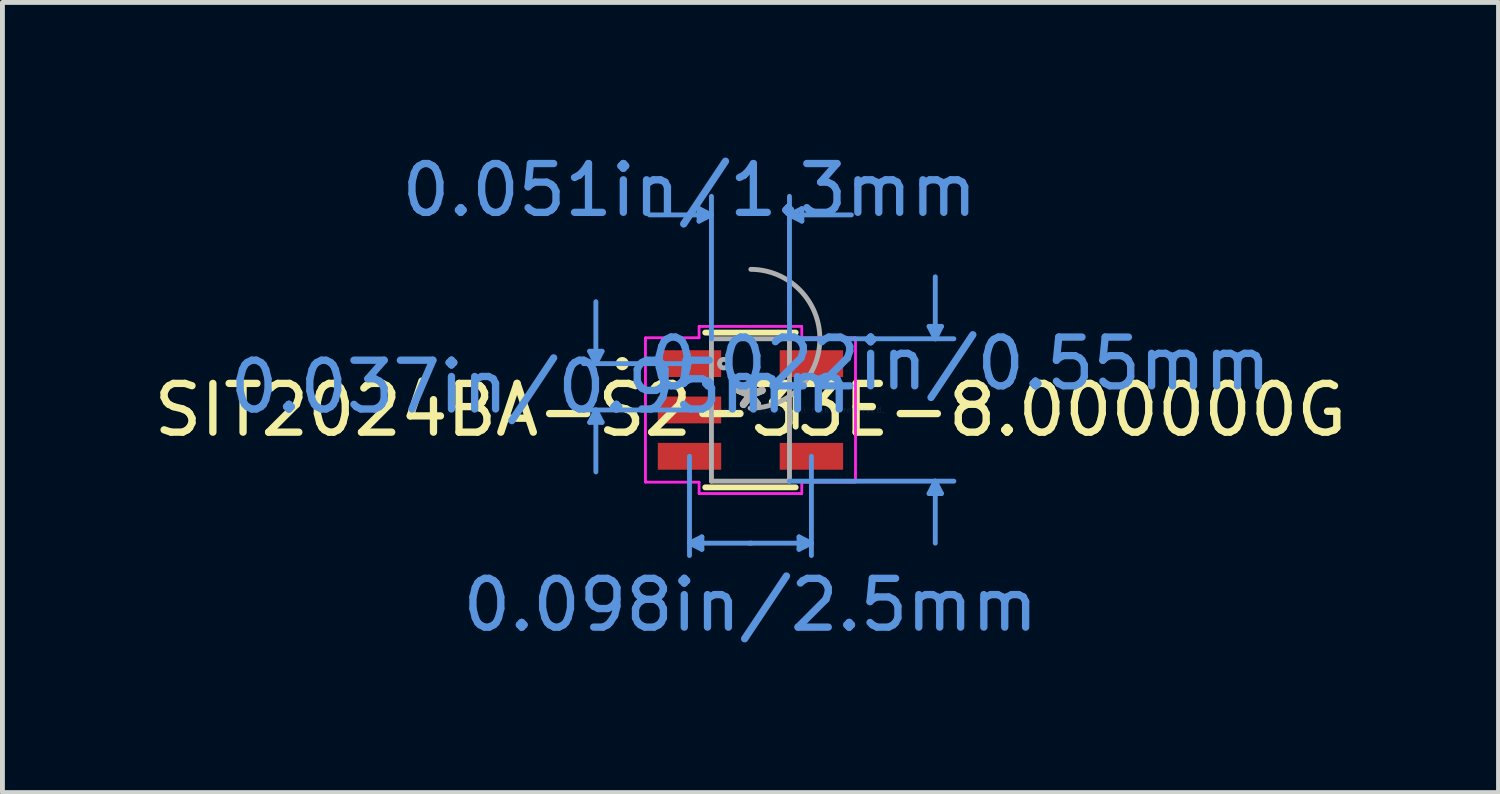
<source format=kicad_pcb>
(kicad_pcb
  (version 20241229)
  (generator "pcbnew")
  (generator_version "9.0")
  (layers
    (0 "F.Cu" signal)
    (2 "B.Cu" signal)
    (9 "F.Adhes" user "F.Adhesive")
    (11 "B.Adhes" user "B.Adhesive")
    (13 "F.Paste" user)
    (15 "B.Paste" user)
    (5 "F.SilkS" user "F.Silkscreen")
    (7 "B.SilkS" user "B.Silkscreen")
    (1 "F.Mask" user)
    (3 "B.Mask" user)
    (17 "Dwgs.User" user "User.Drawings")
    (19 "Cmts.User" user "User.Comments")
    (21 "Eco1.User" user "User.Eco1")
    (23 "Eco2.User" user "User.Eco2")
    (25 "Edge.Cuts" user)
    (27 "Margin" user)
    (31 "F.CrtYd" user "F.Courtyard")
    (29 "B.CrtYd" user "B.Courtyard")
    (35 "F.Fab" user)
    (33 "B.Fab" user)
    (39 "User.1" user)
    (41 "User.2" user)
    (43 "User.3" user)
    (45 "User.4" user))
  (footprint "SIT2024BA-S2-33E-8.000000G"
    (layer "F.Cu")
    (at 12.339 5.357)
    (property "Reference" "SIT2024BA-S2-33E-8.000000G" (at 0 0 0) (layer "F.SilkS") (effects (font (size 1 1) (thickness 0.15))))
    (attr through_hole)
    (fp_line (start -0.927 1.587) (end 0.927 1.587) (stroke (width 0.12) (type solid)) (layer "F.SilkS"))
    (fp_line (start 0.927 -1.587) (end -0.927 -1.587) (stroke (width 0.12) (type solid)) (layer "F.SilkS"))
    (fp_line (start 0.927 0.342) (end 0.927 -0.342) (stroke (width 0.12) (type solid)) (layer "F.SilkS"))
    (fp_circle (center -2.629 -0.95) (end -2.553 -0.95) (stroke (width 0.12) (type solid)) (fill no) (layer "F.SilkS"))
    (fp_line (start -3.297 -1.204) (end -3.17 -0.95) (stroke (width 0.1) (type solid)) (layer "Cmts.User"))
    (fp_line (start -3.297 0.254) (end -3.17 0) (stroke (width 0.1) (type solid)) (layer "Cmts.User"))
    (fp_line (start -3.17 -0.95) (end -3.17 -2.22) (stroke (width 0.1) (type solid)) (layer "Cmts.User"))
    (fp_line (start -3.17 -0.95) (end -3.043 -1.204) (stroke (width 0.1) (type solid)) (layer "Cmts.User"))
    (fp_line (start -3.17 0) (end -3.17 1.27) (stroke (width 0.1) (type solid)) (layer "Cmts.User"))
    (fp_line (start -3.17 0) (end -3.043 0.254) (stroke (width 0.1) (type solid)) (layer "Cmts.User"))
    (fp_line (start -3.043 -1.204) (end -3.297 -1.204) (stroke (width 0.1) (type solid)) (layer "Cmts.User"))
    (fp_line (start -3.043 0.254) (end -3.297 0.254) (stroke (width 0.1) (type solid)) (layer "Cmts.User"))
    (fp_line (start -1.25 -0.95) (end -3.424 -0.95) (stroke (width 0.1) (type solid)) (layer "Cmts.User"))
    (fp_line (start -1.25 0) (end -3.424 0) (stroke (width 0.1) (type solid)) (layer "Cmts.User"))
    (fp_line (start -1.25 0.95) (end -1.25 2.985) (stroke (width 0.1) (type solid)) (layer "Cmts.User"))
    (fp_line (start -1.25 2.731) (end -0.996 2.857) (stroke (width 0.1) (type solid)) (layer "Cmts.User"))
    (fp_line (start -1.25 2.731) (end 0.02 2.731) (stroke (width 0.1) (type solid)) (layer "Cmts.User"))
    (fp_line (start -1.054 -4.128) (end -1.054 -3.873) (stroke (width 0.1) (type solid)) (layer "Cmts.User"))
    (fp_line (start -0.996 2.603) (end -1.25 2.731) (stroke (width 0.1) (type solid)) (layer "Cmts.User"))
    (fp_line (start -0.996 2.857) (end -0.996 2.603) (stroke (width 0.1) (type solid)) (layer "Cmts.User"))
    (fp_line (start -0.8 -4) (end -2.07 -4) (stroke (width 0.1) (type solid)) (layer "Cmts.User"))
    (fp_line (start -0.8 -4) (end -1.054 -4.128) (stroke (width 0.1) (type solid)) (layer "Cmts.User"))
    (fp_line (start -0.8 -4) (end -1.054 -3.873) (stroke (width 0.1) (type solid)) (layer "Cmts.User"))
    (fp_line (start -0.8 -1.46) (end -0.8 -4.381) (stroke (width 0.1) (type solid)) (layer "Cmts.User"))
    (fp_line (start 0.8 -4) (end 1.054 -4.128) (stroke (width 0.1) (type solid)) (layer "Cmts.User"))
    (fp_line (start 0.8 -4) (end 1.054 -3.873) (stroke (width 0.1) (type solid)) (layer "Cmts.User"))
    (fp_line (start 0.8 -4) (end 2.07 -4) (stroke (width 0.1) (type solid)) (layer "Cmts.User"))
    (fp_line (start 0.8 -1.46) (end 0.8 -4.381) (stroke (width 0.1) (type solid)) (layer "Cmts.User"))
    (fp_line (start 0.8 -1.46) (end 4.171 -1.46) (stroke (width 0.1) (type solid)) (layer "Cmts.User"))
    (fp_line (start 0.8 1.46) (end 4.171 1.46) (stroke (width 0.1) (type solid)) (layer "Cmts.User"))
    (fp_line (start 0.996 2.603) (end 1.25 2.731) (stroke (width 0.1) (type solid)) (layer "Cmts.User"))
    (fp_line (start 0.996 2.857) (end 0.996 2.603) (stroke (width 0.1) (type solid)) (layer "Cmts.User"))
    (fp_line (start 1.054 -4.128) (end 1.054 -3.873) (stroke (width 0.1) (type solid)) (layer "Cmts.User"))
    (fp_line (start 1.25 0.95) (end 1.25 2.985) (stroke (width 0.1) (type solid)) (layer "Cmts.User"))
    (fp_line (start 1.25 2.731) (end -0.02 2.731) (stroke (width 0.1) (type solid)) (layer "Cmts.User"))
    (fp_line (start 1.25 2.731) (end 0.996 2.857) (stroke (width 0.1) (type solid)) (layer "Cmts.User"))
    (fp_line (start 3.663 -1.714) (end 3.917 -1.714) (stroke (width 0.1) (type solid)) (layer "Cmts.User"))
    (fp_line (start 3.663 1.714) (end 3.917 1.714) (stroke (width 0.1) (type solid)) (layer "Cmts.User"))
    (fp_line (start 3.79 -1.46) (end 3.663 -1.714) (stroke (width 0.1) (type solid)) (layer "Cmts.User"))
    (fp_line (start 3.79 -1.46) (end 3.79 -2.731) (stroke (width 0.1) (type solid)) (layer "Cmts.User"))
    (fp_line (start 3.79 -1.46) (end 3.917 -1.714) (stroke (width 0.1) (type solid)) (layer "Cmts.User"))
    (fp_line (start 3.79 1.46) (end 3.663 1.714) (stroke (width 0.1) (type solid)) (layer "Cmts.User"))
    (fp_line (start 3.79 1.46) (end 3.79 2.731) (stroke (width 0.1) (type solid)) (layer "Cmts.User"))
    (fp_line (start 3.79 1.46) (end 3.917 1.714) (stroke (width 0.1) (type solid)) (layer "Cmts.User"))
    (fp_line (start -2.154 -1.479) (end -1.054 -1.479) (stroke (width 0.05) (type solid)) (layer "F.CrtYd"))
    (fp_line (start -2.154 -1.479) (end -1.054 -1.479) (stroke (width 0.05) (type solid)) (layer "F.CrtYd"))
    (fp_line (start -2.154 1.479) (end -2.154 -1.479) (stroke (width 0.05) (type solid)) (layer "F.CrtYd"))
    (fp_line (start -2.154 1.479) (end -2.154 -1.479) (stroke (width 0.05) (type solid)) (layer "F.CrtYd"))
    (fp_line (start -2.154 1.479) (end -1.054 1.479) (stroke (width 0.05) (type solid)) (layer "F.CrtYd"))
    (fp_line (start -1.054 -1.714) (end 1.054 -1.714) (stroke (width 0.05) (type solid)) (layer "F.CrtYd"))
    (fp_line (start -1.054 -1.714) (end 1.054 -1.714) (stroke (width 0.05) (type solid)) (layer "F.CrtYd"))
    (fp_line (start -1.054 -1.479) (end -1.054 -1.714) (stroke (width 0.05) (type solid)) (layer "F.CrtYd"))
    (fp_line (start -1.054 -1.479) (end -1.054 -1.714) (stroke (width 0.05) (type solid)) (layer "F.CrtYd"))
    (fp_line (start -1.054 1.479) (end -2.154 1.479) (stroke (width 0.05) (type solid)) (layer "F.CrtYd"))
    (fp_line (start -1.054 1.714) (end -1.054 1.479) (stroke (width 0.05) (type solid)) (layer "F.CrtYd"))
    (fp_line (start -1.054 1.714) (end -1.054 1.479) (stroke (width 0.05) (type solid)) (layer "F.CrtYd"))
    (fp_line (start 1.054 -1.714) (end 1.054 -1.479) (stroke (width 0.05) (type solid)) (layer "F.CrtYd"))
    (fp_line (start 1.054 -1.714) (end 1.054 -1.479) (stroke (width 0.05) (type solid)) (layer "F.CrtYd"))
    (fp_line (start 1.054 -1.479) (end 2.154 -1.479) (stroke (width 0.05) (type solid)) (layer "F.CrtYd"))
    (fp_line (start 1.054 1.479) (end 1.054 1.714) (stroke (width 0.05) (type solid)) (layer "F.CrtYd"))
    (fp_line (start 1.054 1.479) (end 1.054 1.714) (stroke (width 0.05) (type solid)) (layer "F.CrtYd"))
    (fp_line (start 1.054 1.714) (end -1.054 1.714) (stroke (width 0.05) (type solid)) (layer "F.CrtYd"))
    (fp_line (start 1.054 1.714) (end -1.054 1.714) (stroke (width 0.05) (type solid)) (layer "F.CrtYd"))
    (fp_line (start 2.154 -1.479) (end 1.054 -1.479) (stroke (width 0.05) (type solid)) (layer "F.CrtYd"))
    (fp_line (start 2.154 -1.479) (end 2.154 1.479) (stroke (width 0.05) (type solid)) (layer "F.CrtYd"))
    (fp_line (start 2.154 -1.479) (end 2.154 1.479) (stroke (width 0.05) (type solid)) (layer "F.CrtYd"))
    (fp_line (start 2.154 1.479) (end 1.054 1.479) (stroke (width 0.05) (type solid)) (layer "F.CrtYd"))
    (fp_line (start 2.154 1.479) (end 1.054 1.479) (stroke (width 0.05) (type solid)) (layer "F.CrtYd"))
    (fp_line (start -0.8 -1.46) (end -0.8 1.46) (stroke (width 0.1) (type solid)) (layer "F.Fab"))
    (fp_line (start -0.8 1.46) (end 0.8 1.46) (stroke (width 0.1) (type solid)) (layer "F.Fab"))
    (fp_line (start 0.8 -1.46) (end -0.8 -1.46) (stroke (width 0.1) (type solid)) (layer "F.Fab"))
    (fp_line (start 0.8 1.46) (end 0.8 -1.46) (stroke (width 0.1) (type solid)) (layer "F.Fab"))
    (fp_arc (start 0.007742 -2.883903) (mid 1.423403 -1.452758) (end -0.007742 -0.037097) (stroke (width 0.1) (type solid)) (layer "F.Fab"))
    (fp_circle (center -0.546 -0.95) (end -0.508 -0.95) (stroke (width 0.1) (type solid)) (fill no) (layer "F.Fab"))
    (fp_text user "*" (at 0 0 0) (layer "F.SilkS") (effects (font (size 1 1) (thickness 0.15))))
    (fp_text user "Copyright 2021 Accelerated Designs. All rights reserved." (at 0 0 0) (layer "Cmts.User") (effects (font (size 0.127 0.127) (thickness 0.002))))
    (fp_text user "0.022in/0.55mm" (at 4.298 -0.95 0) (layer "Cmts.User") (effects (font (size 1 1) (thickness 0.15))))
    (fp_text user "0.037in/0.95mm" (at -4.298 -0.475 0) (layer "Cmts.User") (effects (font (size 1 1) (thickness 0.15))))
    (fp_text user "0.098in/2.5mm" (at 0 3.998 0) (layer "Cmts.User") (effects (font (size 1 1) (thickness 0.15))))
    (fp_text user "0.051in/1.3mm" (at -1.25 -4.508 0) (layer "Cmts.User") (effects (font (size 1 1) (thickness 0.15))))
    (fp_text user "*" (at 0 0 0) (layer "F.Fab") (effects (font (size 1 1) (thickness 0.15))))
    (pad "1" smd rect (at -1.25 -0.95) (size 1.3 0.55) (layers "F.Cu" "F.Mask" "F.Paste"))
    (pad "2" smd rect (at -1.25 0) (size 1.3 0.55) (layers "F.Cu" "F.Mask" "F.Paste"))
    (pad "3" smd rect (at -1.25 0.95) (size 1.3 0.55) (layers "F.Cu" "F.Mask" "F.Paste"))
    (pad "4" smd rect (at 1.25 0.95) (size 1.3 0.55) (layers "F.Cu" "F.Mask" "F.Paste"))
    (pad "5" smd rect (at 1.25 -0.95) (size 1.3 0.55) (layers "F.Cu" "F.Mask" "F.Paste")))
  (gr_rect
    (start -3 -3)
    (end 27.679 13.203)
    (stroke (width 0.1) (type default))
    (fill no)
    (layer "Edge.Cuts")))
</source>
